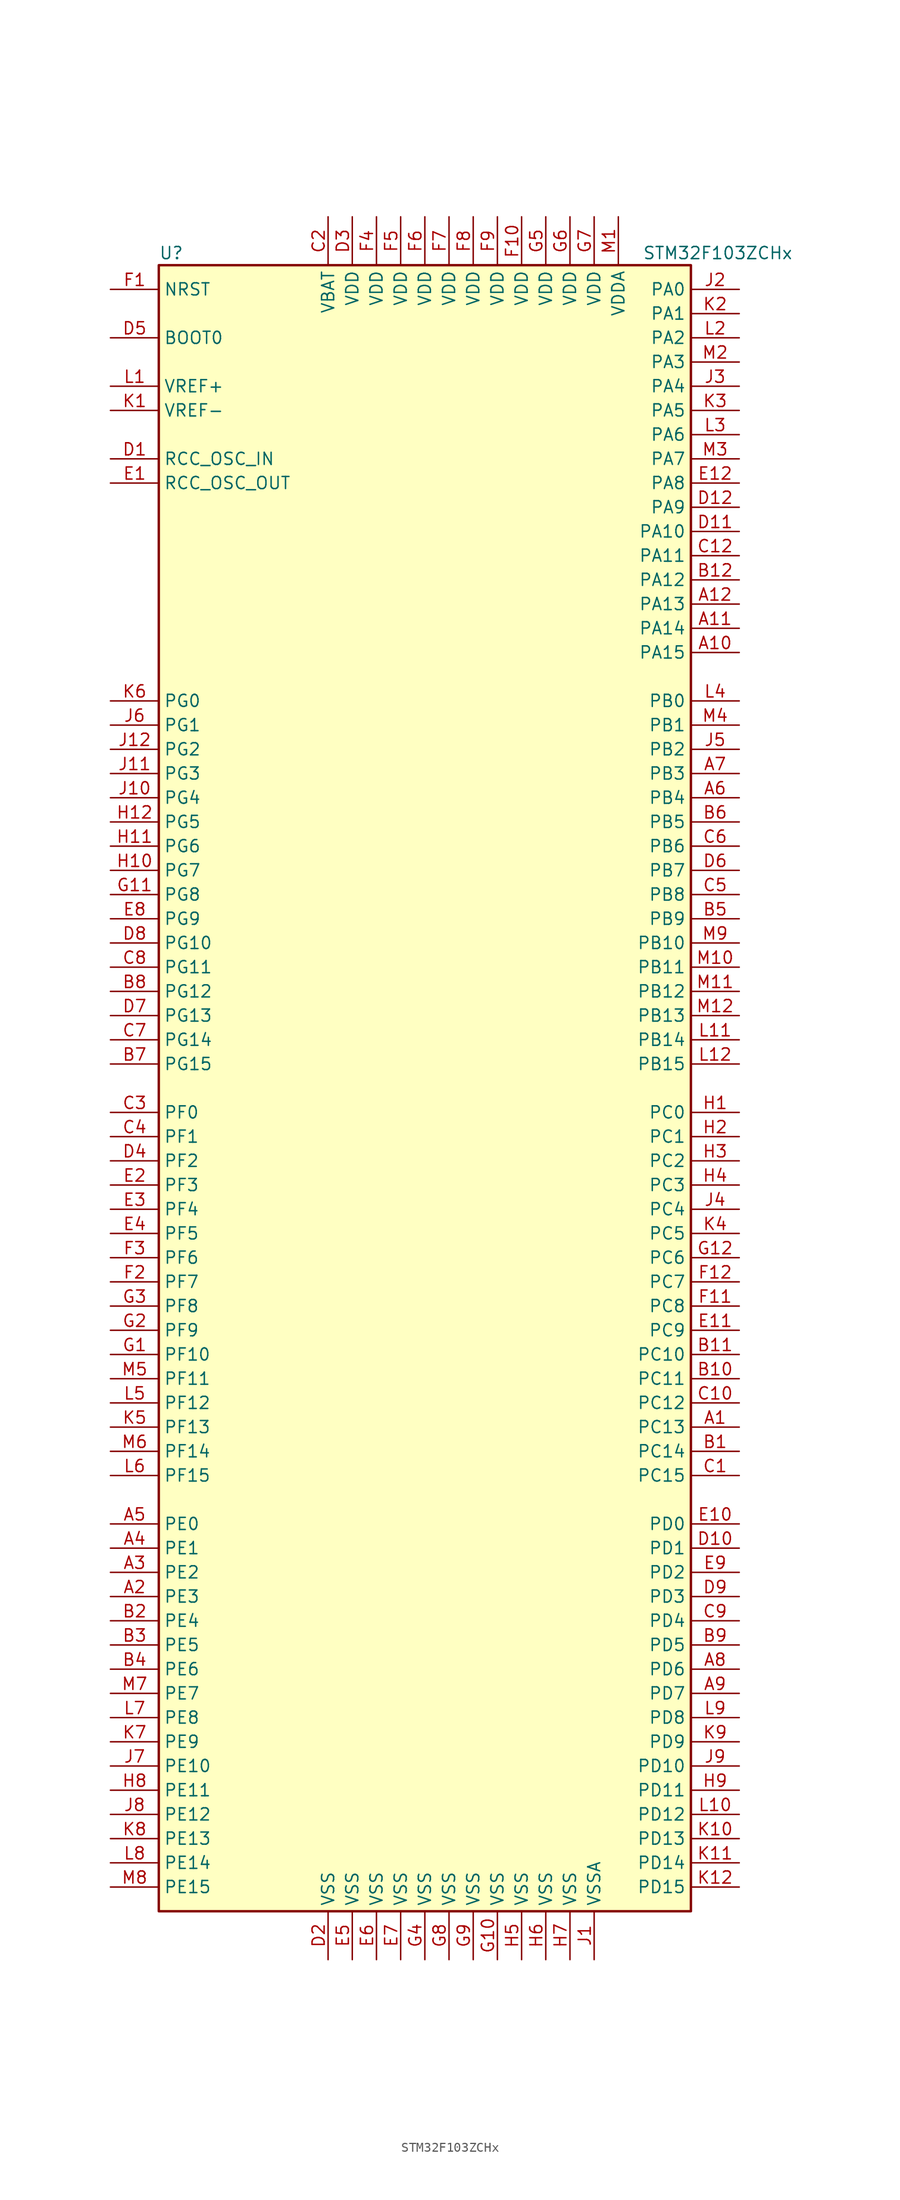
<source format=kicad_sym>
(kicad_symbol_lib
  (version 20201005)
  (generator kicad_symbol_editor)
  (symbol "MCU_ST_STM32F1:STM32F103ZCHx"
    (property "Reference" "U"
      (at -27.94 87.63 0)
      (effects (font (size 1.27 1.27)) (justify left)))
    (property "Value" "STM32F103ZCHx"
      (at 22.86 87.63 0)
      (effects (font (size 1.27 1.27)) (justify left)))
    (symbol "STM32F103ZCHx_0_1"
      (rectangle (start -27.94 -86.36) (end 27.94 86.36) (stroke (width 0.254)) (fill (type background))))
    (symbol "STM32F103ZCHx_1_1"
      (pin input line (at -33.02 78.74 0) (length 5.08) (name "BOOT0" (effects (font (size 1.27 1.27)))) (number "D5" (effects (font (size 1.27 1.27)))))
      (pin no_connect line (at -27.94 -83.82 0) (length 5.08) hide (name "NC" (effects (font (size 1.27 1.27)))) (number "C11" (effects (font (size 1.27 1.27)))))
      (pin input line (at -33.02 83.82 0) (length 5.08) (name "NRST" (effects (font (size 1.27 1.27)))) (number "F1" (effects (font (size 1.27 1.27)))))
      (pin bidirectional line (at 33.02 83.82 180) (length 5.08) (name "PA0" (effects (font (size 1.27 1.27)))) (number "J2" (effects (font (size 1.27 1.27)))))
      (pin bidirectional line (at 33.02 81.28 180) (length 5.08) (name "PA1" (effects (font (size 1.27 1.27)))) (number "K2" (effects (font (size 1.27 1.27)))))
      (pin bidirectional line (at 33.02 58.42 180) (length 5.08) (name "PA10" (effects (font (size 1.27 1.27)))) (number "D11" (effects (font (size 1.27 1.27)))))
      (pin bidirectional line (at 33.02 55.88 180) (length 5.08) (name "PA11" (effects (font (size 1.27 1.27)))) (number "C12" (effects (font (size 1.27 1.27)))))
      (pin bidirectional line (at 33.02 53.34 180) (length 5.08) (name "PA12" (effects (font (size 1.27 1.27)))) (number "B12" (effects (font (size 1.27 1.27)))))
      (pin bidirectional line (at 33.02 50.8 180) (length 5.08) (name "PA13" (effects (font (size 1.27 1.27)))) (number "A12" (effects (font (size 1.27 1.27)))))
      (pin bidirectional line (at 33.02 48.26 180) (length 5.08) (name "PA14" (effects (font (size 1.27 1.27)))) (number "A11" (effects (font (size 1.27 1.27)))))
      (pin bidirectional line (at 33.02 45.72 180) (length 5.08) (name "PA15" (effects (font (size 1.27 1.27)))) (number "A10" (effects (font (size 1.27 1.27)))))
      (pin bidirectional line (at 33.02 78.74 180) (length 5.08) (name "PA2" (effects (font (size 1.27 1.27)))) (number "L2" (effects (font (size 1.27 1.27)))))
      (pin bidirectional line (at 33.02 76.2 180) (length 5.08) (name "PA3" (effects (font (size 1.27 1.27)))) (number "M2" (effects (font (size 1.27 1.27)))))
      (pin bidirectional line (at 33.02 73.66 180) (length 5.08) (name "PA4" (effects (font (size 1.27 1.27)))) (number "J3" (effects (font (size 1.27 1.27)))))
      (pin bidirectional line (at 33.02 71.12 180) (length 5.08) (name "PA5" (effects (font (size 1.27 1.27)))) (number "K3" (effects (font (size 1.27 1.27)))))
      (pin bidirectional line (at 33.02 68.58 180) (length 5.08) (name "PA6" (effects (font (size 1.27 1.27)))) (number "L3" (effects (font (size 1.27 1.27)))))
      (pin bidirectional line (at 33.02 66.04 180) (length 5.08) (name "PA7" (effects (font (size 1.27 1.27)))) (number "M3" (effects (font (size 1.27 1.27)))))
      (pin bidirectional line (at 33.02 63.5 180) (length 5.08) (name "PA8" (effects (font (size 1.27 1.27)))) (number "E12" (effects (font (size 1.27 1.27)))))
      (pin bidirectional line (at 33.02 60.96 180) (length 5.08) (name "PA9" (effects (font (size 1.27 1.27)))) (number "D12" (effects (font (size 1.27 1.27)))))
      (pin bidirectional line (at 33.02 40.64 180) (length 5.08) (name "PB0" (effects (font (size 1.27 1.27)))) (number "L4" (effects (font (size 1.27 1.27)))))
      (pin bidirectional line (at 33.02 38.1 180) (length 5.08) (name "PB1" (effects (font (size 1.27 1.27)))) (number "M4" (effects (font (size 1.27 1.27)))))
      (pin bidirectional line (at 33.02 15.24 180) (length 5.08) (name "PB10" (effects (font (size 1.27 1.27)))) (number "M9" (effects (font (size 1.27 1.27)))))
      (pin bidirectional line (at 33.02 12.7 180) (length 5.08) (name "PB11" (effects (font (size 1.27 1.27)))) (number "M10" (effects (font (size 1.27 1.27)))))
      (pin bidirectional line (at 33.02 10.16 180) (length 5.08) (name "PB12" (effects (font (size 1.27 1.27)))) (number "M11" (effects (font (size 1.27 1.27)))))
      (pin bidirectional line (at 33.02 7.62 180) (length 5.08) (name "PB13" (effects (font (size 1.27 1.27)))) (number "M12" (effects (font (size 1.27 1.27)))))
      (pin bidirectional line (at 33.02 5.08 180) (length 5.08) (name "PB14" (effects (font (size 1.27 1.27)))) (number "L11" (effects (font (size 1.27 1.27)))))
      (pin bidirectional line (at 33.02 2.54 180) (length 5.08) (name "PB15" (effects (font (size 1.27 1.27)))) (number "L12" (effects (font (size 1.27 1.27)))))
      (pin bidirectional line (at 33.02 35.56 180) (length 5.08) (name "PB2" (effects (font (size 1.27 1.27)))) (number "J5" (effects (font (size 1.27 1.27)))))
      (pin bidirectional line (at 33.02 33.02 180) (length 5.08) (name "PB3" (effects (font (size 1.27 1.27)))) (number "A7" (effects (font (size 1.27 1.27)))))
      (pin bidirectional line (at 33.02 30.48 180) (length 5.08) (name "PB4" (effects (font (size 1.27 1.27)))) (number "A6" (effects (font (size 1.27 1.27)))))
      (pin bidirectional line (at 33.02 27.94 180) (length 5.08) (name "PB5" (effects (font (size 1.27 1.27)))) (number "B6" (effects (font (size 1.27 1.27)))))
      (pin bidirectional line (at 33.02 25.4 180) (length 5.08) (name "PB6" (effects (font (size 1.27 1.27)))) (number "C6" (effects (font (size 1.27 1.27)))))
      (pin bidirectional line (at 33.02 22.86 180) (length 5.08) (name "PB7" (effects (font (size 1.27 1.27)))) (number "D6" (effects (font (size 1.27 1.27)))))
      (pin bidirectional line (at 33.02 20.32 180) (length 5.08) (name "PB8" (effects (font (size 1.27 1.27)))) (number "C5" (effects (font (size 1.27 1.27)))))
      (pin bidirectional line (at 33.02 17.78 180) (length 5.08) (name "PB9" (effects (font (size 1.27 1.27)))) (number "B5" (effects (font (size 1.27 1.27)))))
      (pin bidirectional line (at 33.02 -2.54 180) (length 5.08) (name "PC0" (effects (font (size 1.27 1.27)))) (number "H1" (effects (font (size 1.27 1.27)))))
      (pin bidirectional line (at 33.02 -5.08 180) (length 5.08) (name "PC1" (effects (font (size 1.27 1.27)))) (number "H2" (effects (font (size 1.27 1.27)))))
      (pin bidirectional line (at 33.02 -27.94 180) (length 5.08) (name "PC10" (effects (font (size 1.27 1.27)))) (number "B11" (effects (font (size 1.27 1.27)))))
      (pin bidirectional line (at 33.02 -30.48 180) (length 5.08) (name "PC11" (effects (font (size 1.27 1.27)))) (number "B10" (effects (font (size 1.27 1.27)))))
      (pin bidirectional line (at 33.02 -33.02 180) (length 5.08) (name "PC12" (effects (font (size 1.27 1.27)))) (number "C10" (effects (font (size 1.27 1.27)))))
      (pin bidirectional line (at 33.02 -35.56 180) (length 5.08) (name "PC13" (effects (font (size 1.27 1.27)))) (number "A1" (effects (font (size 1.27 1.27)))))
      (pin bidirectional line (at 33.02 -38.1 180) (length 5.08) (name "PC14" (effects (font (size 1.27 1.27)))) (number "B1" (effects (font (size 1.27 1.27)))))
      (pin bidirectional line (at 33.02 -40.64 180) (length 5.08) (name "PC15" (effects (font (size 1.27 1.27)))) (number "C1" (effects (font (size 1.27 1.27)))))
      (pin bidirectional line (at 33.02 -7.62 180) (length 5.08) (name "PC2" (effects (font (size 1.27 1.27)))) (number "H3" (effects (font (size 1.27 1.27)))))
      (pin bidirectional line (at 33.02 -10.16 180) (length 5.08) (name "PC3" (effects (font (size 1.27 1.27)))) (number "H4" (effects (font (size 1.27 1.27)))))
      (pin bidirectional line (at 33.02 -12.7 180) (length 5.08) (name "PC4" (effects (font (size 1.27 1.27)))) (number "J4" (effects (font (size 1.27 1.27)))))
      (pin bidirectional line (at 33.02 -15.24 180) (length 5.08) (name "PC5" (effects (font (size 1.27 1.27)))) (number "K4" (effects (font (size 1.27 1.27)))))
      (pin bidirectional line (at 33.02 -17.78 180) (length 5.08) (name "PC6" (effects (font (size 1.27 1.27)))) (number "G12" (effects (font (size 1.27 1.27)))))
      (pin bidirectional line (at 33.02 -20.32 180) (length 5.08) (name "PC7" (effects (font (size 1.27 1.27)))) (number "F12" (effects (font (size 1.27 1.27)))))
      (pin bidirectional line (at 33.02 -22.86 180) (length 5.08) (name "PC8" (effects (font (size 1.27 1.27)))) (number "F11" (effects (font (size 1.27 1.27)))))
      (pin bidirectional line (at 33.02 -25.4 180) (length 5.08) (name "PC9" (effects (font (size 1.27 1.27)))) (number "E11" (effects (font (size 1.27 1.27)))))
      (pin bidirectional line (at 33.02 -45.72 180) (length 5.08) (name "PD0" (effects (font (size 1.27 1.27)))) (number "E10" (effects (font (size 1.27 1.27)))))
      (pin bidirectional line (at 33.02 -48.26 180) (length 5.08) (name "PD1" (effects (font (size 1.27 1.27)))) (number "D10" (effects (font (size 1.27 1.27)))))
      (pin bidirectional line (at 33.02 -71.12 180) (length 5.08) (name "PD10" (effects (font (size 1.27 1.27)))) (number "J9" (effects (font (size 1.27 1.27)))))
      (pin bidirectional line (at 33.02 -73.66 180) (length 5.08) (name "PD11" (effects (font (size 1.27 1.27)))) (number "H9" (effects (font (size 1.27 1.27)))))
      (pin bidirectional line (at 33.02 -76.2 180) (length 5.08) (name "PD12" (effects (font (size 1.27 1.27)))) (number "L10" (effects (font (size 1.27 1.27)))))
      (pin bidirectional line (at 33.02 -78.74 180) (length 5.08) (name "PD13" (effects (font (size 1.27 1.27)))) (number "K10" (effects (font (size 1.27 1.27)))))
      (pin bidirectional line (at 33.02 -81.28 180) (length 5.08) (name "PD14" (effects (font (size 1.27 1.27)))) (number "K11" (effects (font (size 1.27 1.27)))))
      (pin bidirectional line (at 33.02 -83.82 180) (length 5.08) (name "PD15" (effects (font (size 1.27 1.27)))) (number "K12" (effects (font (size 1.27 1.27)))))
      (pin bidirectional line (at 33.02 -50.8 180) (length 5.08) (name "PD2" (effects (font (size 1.27 1.27)))) (number "E9" (effects (font (size 1.27 1.27)))))
      (pin bidirectional line (at 33.02 -53.34 180) (length 5.08) (name "PD3" (effects (font (size 1.27 1.27)))) (number "D9" (effects (font (size 1.27 1.27)))))
      (pin bidirectional line (at 33.02 -55.88 180) (length 5.08) (name "PD4" (effects (font (size 1.27 1.27)))) (number "C9" (effects (font (size 1.27 1.27)))))
      (pin bidirectional line (at 33.02 -58.42 180) (length 5.08) (name "PD5" (effects (font (size 1.27 1.27)))) (number "B9" (effects (font (size 1.27 1.27)))))
      (pin bidirectional line (at 33.02 -60.96 180) (length 5.08) (name "PD6" (effects (font (size 1.27 1.27)))) (number "A8" (effects (font (size 1.27 1.27)))))
      (pin bidirectional line (at 33.02 -63.5 180) (length 5.08) (name "PD7" (effects (font (size 1.27 1.27)))) (number "A9" (effects (font (size 1.27 1.27)))))
      (pin bidirectional line (at 33.02 -66.04 180) (length 5.08) (name "PD8" (effects (font (size 1.27 1.27)))) (number "L9" (effects (font (size 1.27 1.27)))))
      (pin bidirectional line (at 33.02 -68.58 180) (length 5.08) (name "PD9" (effects (font (size 1.27 1.27)))) (number "K9" (effects (font (size 1.27 1.27)))))
      (pin bidirectional line (at -33.02 -45.72 0) (length 5.08) (name "PE0" (effects (font (size 1.27 1.27)))) (number "A5" (effects (font (size 1.27 1.27)))))
      (pin bidirectional line (at -33.02 -48.26 0) (length 5.08) (name "PE1" (effects (font (size 1.27 1.27)))) (number "A4" (effects (font (size 1.27 1.27)))))
      (pin bidirectional line (at -33.02 -71.12 0) (length 5.08) (name "PE10" (effects (font (size 1.27 1.27)))) (number "J7" (effects (font (size 1.27 1.27)))))
      (pin bidirectional line (at -33.02 -73.66 0) (length 5.08) (name "PE11" (effects (font (size 1.27 1.27)))) (number "H8" (effects (font (size 1.27 1.27)))))
      (pin bidirectional line (at -33.02 -76.2 0) (length 5.08) (name "PE12" (effects (font (size 1.27 1.27)))) (number "J8" (effects (font (size 1.27 1.27)))))
      (pin bidirectional line (at -33.02 -78.74 0) (length 5.08) (name "PE13" (effects (font (size 1.27 1.27)))) (number "K8" (effects (font (size 1.27 1.27)))))
      (pin bidirectional line (at -33.02 -81.28 0) (length 5.08) (name "PE14" (effects (font (size 1.27 1.27)))) (number "L8" (effects (font (size 1.27 1.27)))))
      (pin bidirectional line (at -33.02 -83.82 0) (length 5.08) (name "PE15" (effects (font (size 1.27 1.27)))) (number "M8" (effects (font (size 1.27 1.27)))))
      (pin bidirectional line (at -33.02 -50.8 0) (length 5.08) (name "PE2" (effects (font (size 1.27 1.27)))) (number "A3" (effects (font (size 1.27 1.27)))))
      (pin bidirectional line (at -33.02 -53.34 0) (length 5.08) (name "PE3" (effects (font (size 1.27 1.27)))) (number "A2" (effects (font (size 1.27 1.27)))))
      (pin bidirectional line (at -33.02 -55.88 0) (length 5.08) (name "PE4" (effects (font (size 1.27 1.27)))) (number "B2" (effects (font (size 1.27 1.27)))))
      (pin bidirectional line (at -33.02 -58.42 0) (length 5.08) (name "PE5" (effects (font (size 1.27 1.27)))) (number "B3" (effects (font (size 1.27 1.27)))))
      (pin bidirectional line (at -33.02 -60.96 0) (length 5.08) (name "PE6" (effects (font (size 1.27 1.27)))) (number "B4" (effects (font (size 1.27 1.27)))))
      (pin bidirectional line (at -33.02 -63.5 0) (length 5.08) (name "PE7" (effects (font (size 1.27 1.27)))) (number "M7" (effects (font (size 1.27 1.27)))))
      (pin bidirectional line (at -33.02 -66.04 0) (length 5.08) (name "PE8" (effects (font (size 1.27 1.27)))) (number "L7" (effects (font (size 1.27 1.27)))))
      (pin bidirectional line (at -33.02 -68.58 0) (length 5.08) (name "PE9" (effects (font (size 1.27 1.27)))) (number "K7" (effects (font (size 1.27 1.27)))))
      (pin bidirectional line (at -33.02 -2.54 0) (length 5.08) (name "PF0" (effects (font (size 1.27 1.27)))) (number "C3" (effects (font (size 1.27 1.27)))))
      (pin bidirectional line (at -33.02 -5.08 0) (length 5.08) (name "PF1" (effects (font (size 1.27 1.27)))) (number "C4" (effects (font (size 1.27 1.27)))))
      (pin bidirectional line (at -33.02 -27.94 0) (length 5.08) (name "PF10" (effects (font (size 1.27 1.27)))) (number "G1" (effects (font (size 1.27 1.27)))))
      (pin bidirectional line (at -33.02 -30.48 0) (length 5.08) (name "PF11" (effects (font (size 1.27 1.27)))) (number "M5" (effects (font (size 1.27 1.27)))))
      (pin bidirectional line (at -33.02 -33.02 0) (length 5.08) (name "PF12" (effects (font (size 1.27 1.27)))) (number "L5" (effects (font (size 1.27 1.27)))))
      (pin bidirectional line (at -33.02 -35.56 0) (length 5.08) (name "PF13" (effects (font (size 1.27 1.27)))) (number "K5" (effects (font (size 1.27 1.27)))))
      (pin bidirectional line (at -33.02 -38.1 0) (length 5.08) (name "PF14" (effects (font (size 1.27 1.27)))) (number "M6" (effects (font (size 1.27 1.27)))))
      (pin bidirectional line (at -33.02 -40.64 0) (length 5.08) (name "PF15" (effects (font (size 1.27 1.27)))) (number "L6" (effects (font (size 1.27 1.27)))))
      (pin bidirectional line (at -33.02 -7.62 0) (length 5.08) (name "PF2" (effects (font (size 1.27 1.27)))) (number "D4" (effects (font (size 1.27 1.27)))))
      (pin bidirectional line (at -33.02 -10.16 0) (length 5.08) (name "PF3" (effects (font (size 1.27 1.27)))) (number "E2" (effects (font (size 1.27 1.27)))))
      (pin bidirectional line (at -33.02 -12.7 0) (length 5.08) (name "PF4" (effects (font (size 1.27 1.27)))) (number "E3" (effects (font (size 1.27 1.27)))))
      (pin bidirectional line (at -33.02 -15.24 0) (length 5.08) (name "PF5" (effects (font (size 1.27 1.27)))) (number "E4" (effects (font (size 1.27 1.27)))))
      (pin bidirectional line (at -33.02 -17.78 0) (length 5.08) (name "PF6" (effects (font (size 1.27 1.27)))) (number "F3" (effects (font (size 1.27 1.27)))))
      (pin bidirectional line (at -33.02 -20.32 0) (length 5.08) (name "PF7" (effects (font (size 1.27 1.27)))) (number "F2" (effects (font (size 1.27 1.27)))))
      (pin bidirectional line (at -33.02 -22.86 0) (length 5.08) (name "PF8" (effects (font (size 1.27 1.27)))) (number "G3" (effects (font (size 1.27 1.27)))))
      (pin bidirectional line (at -33.02 -25.4 0) (length 5.08) (name "PF9" (effects (font (size 1.27 1.27)))) (number "G2" (effects (font (size 1.27 1.27)))))
      (pin bidirectional line (at -33.02 40.64 0) (length 5.08) (name "PG0" (effects (font (size 1.27 1.27)))) (number "K6" (effects (font (size 1.27 1.27)))))
      (pin bidirectional line (at -33.02 38.1 0) (length 5.08) (name "PG1" (effects (font (size 1.27 1.27)))) (number "J6" (effects (font (size 1.27 1.27)))))
      (pin bidirectional line (at -33.02 15.24 0) (length 5.08) (name "PG10" (effects (font (size 1.27 1.27)))) (number "D8" (effects (font (size 1.27 1.27)))))
      (pin bidirectional line (at -33.02 12.7 0) (length 5.08) (name "PG11" (effects (font (size 1.27 1.27)))) (number "C8" (effects (font (size 1.27 1.27)))))
      (pin bidirectional line (at -33.02 10.16 0) (length 5.08) (name "PG12" (effects (font (size 1.27 1.27)))) (number "B8" (effects (font (size 1.27 1.27)))))
      (pin bidirectional line (at -33.02 7.62 0) (length 5.08) (name "PG13" (effects (font (size 1.27 1.27)))) (number "D7" (effects (font (size 1.27 1.27)))))
      (pin bidirectional line (at -33.02 5.08 0) (length 5.08) (name "PG14" (effects (font (size 1.27 1.27)))) (number "C7" (effects (font (size 1.27 1.27)))))
      (pin bidirectional line (at -33.02 2.54 0) (length 5.08) (name "PG15" (effects (font (size 1.27 1.27)))) (number "B7" (effects (font (size 1.27 1.27)))))
      (pin bidirectional line (at -33.02 35.56 0) (length 5.08) (name "PG2" (effects (font (size 1.27 1.27)))) (number "J12" (effects (font (size 1.27 1.27)))))
      (pin bidirectional line (at -33.02 33.02 0) (length 5.08) (name "PG3" (effects (font (size 1.27 1.27)))) (number "J11" (effects (font (size 1.27 1.27)))))
      (pin bidirectional line (at -33.02 30.48 0) (length 5.08) (name "PG4" (effects (font (size 1.27 1.27)))) (number "J10" (effects (font (size 1.27 1.27)))))
      (pin bidirectional line (at -33.02 27.94 0) (length 5.08) (name "PG5" (effects (font (size 1.27 1.27)))) (number "H12" (effects (font (size 1.27 1.27)))))
      (pin bidirectional line (at -33.02 25.4 0) (length 5.08) (name "PG6" (effects (font (size 1.27 1.27)))) (number "H11" (effects (font (size 1.27 1.27)))))
      (pin bidirectional line (at -33.02 22.86 0) (length 5.08) (name "PG7" (effects (font (size 1.27 1.27)))) (number "H10" (effects (font (size 1.27 1.27)))))
      (pin bidirectional line (at -33.02 20.32 0) (length 5.08) (name "PG8" (effects (font (size 1.27 1.27)))) (number "G11" (effects (font (size 1.27 1.27)))))
      (pin bidirectional line (at -33.02 17.78 0) (length 5.08) (name "PG9" (effects (font (size 1.27 1.27)))) (number "E8" (effects (font (size 1.27 1.27)))))
      (pin input line (at -33.02 66.04 0) (length 5.08) (name "RCC_OSC_IN" (effects (font (size 1.27 1.27)))) (number "D1" (effects (font (size 1.27 1.27)))))
      (pin input line (at -33.02 63.5 0) (length 5.08) (name "RCC_OSC_OUT" (effects (font (size 1.27 1.27)))) (number "E1" (effects (font (size 1.27 1.27)))))
      (pin power_in line (at -10.16 91.44 270) (length 5.08) (name "VBAT" (effects (font (size 1.27 1.27)))) (number "C2" (effects (font (size 1.27 1.27)))))
      (pin power_in line (at -7.62 91.44 270) (length 5.08) (name "VDD" (effects (font (size 1.27 1.27)))) (number "D3" (effects (font (size 1.27 1.27)))))
      (pin power_in line (at 10.16 91.44 270) (length 5.08) (name "VDD" (effects (font (size 1.27 1.27)))) (number "F10" (effects (font (size 1.27 1.27)))))
      (pin power_in line (at -5.08 91.44 270) (length 5.08) (name "VDD" (effects (font (size 1.27 1.27)))) (number "F4" (effects (font (size 1.27 1.27)))))
      (pin power_in line (at -2.54 91.44 270) (length 5.08) (name "VDD" (effects (font (size 1.27 1.27)))) (number "F5" (effects (font (size 1.27 1.27)))))
      (pin power_in line (at 0 91.44 270) (length 5.08) (name "VDD" (effects (font (size 1.27 1.27)))) (number "F6" (effects (font (size 1.27 1.27)))))
      (pin power_in line (at 2.54 91.44 270) (length 5.08) (name "VDD" (effects (font (size 1.27 1.27)))) (number "F7" (effects (font (size 1.27 1.27)))))
      (pin power_in line (at 5.08 91.44 270) (length 5.08) (name "VDD" (effects (font (size 1.27 1.27)))) (number "F8" (effects (font (size 1.27 1.27)))))
      (pin power_in line (at 7.62 91.44 270) (length 5.08) (name "VDD" (effects (font (size 1.27 1.27)))) (number "F9" (effects (font (size 1.27 1.27)))))
      (pin power_in line (at 12.7 91.44 270) (length 5.08) (name "VDD" (effects (font (size 1.27 1.27)))) (number "G5" (effects (font (size 1.27 1.27)))))
      (pin power_in line (at 15.24 91.44 270) (length 5.08) (name "VDD" (effects (font (size 1.27 1.27)))) (number "G6" (effects (font (size 1.27 1.27)))))
      (pin power_in line (at 17.78 91.44 270) (length 5.08) (name "VDD" (effects (font (size 1.27 1.27)))) (number "G7" (effects (font (size 1.27 1.27)))))
      (pin power_in line (at 20.32 91.44 270) (length 5.08) (name "VDDA" (effects (font (size 1.27 1.27)))) (number "M1" (effects (font (size 1.27 1.27)))))
      (pin power_in line (at -33.02 73.66 0) (length 5.08) (name "VREF+" (effects (font (size 1.27 1.27)))) (number "L1" (effects (font (size 1.27 1.27)))))
      (pin power_in line (at -33.02 71.12 0) (length 5.08) (name "VREF-" (effects (font (size 1.27 1.27)))) (number "K1" (effects (font (size 1.27 1.27)))))
      (pin power_in line (at -10.16 -91.44 90) (length 5.08) (name "VSS" (effects (font (size 1.27 1.27)))) (number "D2" (effects (font (size 1.27 1.27)))))
      (pin power_in line (at -7.62 -91.44 90) (length 5.08) (name "VSS" (effects (font (size 1.27 1.27)))) (number "E5" (effects (font (size 1.27 1.27)))))
      (pin power_in line (at -5.08 -91.44 90) (length 5.08) (name "VSS" (effects (font (size 1.27 1.27)))) (number "E6" (effects (font (size 1.27 1.27)))))
      (pin power_in line (at -2.54 -91.44 90) (length 5.08) (name "VSS" (effects (font (size 1.27 1.27)))) (number "E7" (effects (font (size 1.27 1.27)))))
      (pin power_in line (at 7.62 -91.44 90) (length 5.08) (name "VSS" (effects (font (size 1.27 1.27)))) (number "G10" (effects (font (size 1.27 1.27)))))
      (pin power_in line (at 0 -91.44 90) (length 5.08) (name "VSS" (effects (font (size 1.27 1.27)))) (number "G4" (effects (font (size 1.27 1.27)))))
      (pin power_in line (at 2.54 -91.44 90) (length 5.08) (name "VSS" (effects (font (size 1.27 1.27)))) (number "G8" (effects (font (size 1.27 1.27)))))
      (pin power_in line (at 5.08 -91.44 90) (length 5.08) (name "VSS" (effects (font (size 1.27 1.27)))) (number "G9" (effects (font (size 1.27 1.27)))))
      (pin power_in line (at 10.16 -91.44 90) (length 5.08) (name "VSS" (effects (font (size 1.27 1.27)))) (number "H5" (effects (font (size 1.27 1.27)))))
      (pin power_in line (at 12.7 -91.44 90) (length 5.08) (name "VSS" (effects (font (size 1.27 1.27)))) (number "H6" (effects (font (size 1.27 1.27)))))
      (pin power_in line (at 15.24 -91.44 90) (length 5.08) (name "VSS" (effects (font (size 1.27 1.27)))) (number "H7" (effects (font (size 1.27 1.27)))))
      (pin power_in line (at 17.78 -91.44 90) (length 5.08) (name "VSSA" (effects (font (size 1.27 1.27)))) (number "J1" (effects (font (size 1.27 1.27))))))))
</source>
